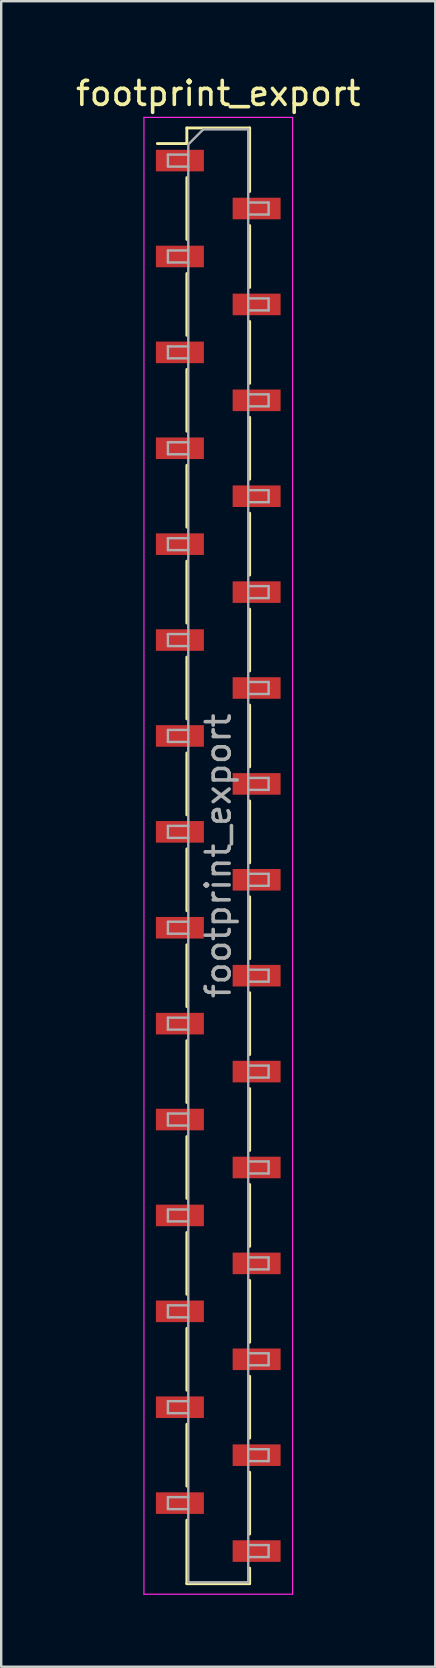
<source format=kicad_pcb>
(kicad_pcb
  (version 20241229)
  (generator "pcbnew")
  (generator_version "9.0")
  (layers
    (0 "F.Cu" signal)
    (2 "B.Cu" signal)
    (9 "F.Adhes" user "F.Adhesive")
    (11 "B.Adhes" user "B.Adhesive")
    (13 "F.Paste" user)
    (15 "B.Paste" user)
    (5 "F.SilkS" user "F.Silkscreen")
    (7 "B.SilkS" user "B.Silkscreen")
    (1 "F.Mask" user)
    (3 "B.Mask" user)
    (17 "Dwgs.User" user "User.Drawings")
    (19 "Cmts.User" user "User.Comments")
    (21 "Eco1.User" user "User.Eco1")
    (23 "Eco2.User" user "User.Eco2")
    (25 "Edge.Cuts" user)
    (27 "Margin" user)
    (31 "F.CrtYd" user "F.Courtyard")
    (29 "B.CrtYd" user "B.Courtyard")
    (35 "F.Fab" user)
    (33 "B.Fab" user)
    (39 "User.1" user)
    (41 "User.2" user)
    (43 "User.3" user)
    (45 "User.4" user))
  (footprint "footprint_export"
    (layer "F.Cu")
    (at 6.054 32.648)
    (property "Reference" "footprint_export" (at 0 -31.8 0) (layer "F.SilkS") (effects (font (size 1 1) (thickness 0.15))))
    (attr smd)
    (fp_line (start -2.54 -29.71) (end -1.31 -29.71) (stroke (width 0.12) (type solid)) (layer "F.SilkS"))
    (fp_line (start -1.31 -30.36) (end -1.31 -29.71) (stroke (width 0.12) (type solid)) (layer "F.SilkS"))
    (fp_line (start -1.31 -30.36) (end 1.31 -30.36) (stroke (width 0.12) (type solid)) (layer "F.SilkS"))
    (fp_line (start -1.31 -28.29) (end -1.31 -25.71) (stroke (width 0.12) (type solid)) (layer "F.SilkS"))
    (fp_line (start -1.31 -24.29) (end -1.31 -21.71) (stroke (width 0.12) (type solid)) (layer "F.SilkS"))
    (fp_line (start -1.31 -20.29) (end -1.31 -17.71) (stroke (width 0.12) (type solid)) (layer "F.SilkS"))
    (fp_line (start -1.31 -16.29) (end -1.31 -13.71) (stroke (width 0.12) (type solid)) (layer "F.SilkS"))
    (fp_line (start -1.31 -12.29) (end -1.31 -9.71) (stroke (width 0.12) (type solid)) (layer "F.SilkS"))
    (fp_line (start -1.31 -8.29) (end -1.31 -5.71) (stroke (width 0.12) (type solid)) (layer "F.SilkS"))
    (fp_line (start -1.31 -4.29) (end -1.31 -1.71) (stroke (width 0.12) (type solid)) (layer "F.SilkS"))
    (fp_line (start -1.31 -0.29) (end -1.31 2.29) (stroke (width 0.12) (type solid)) (layer "F.SilkS"))
    (fp_line (start -1.31 3.71) (end -1.31 6.29) (stroke (width 0.12) (type solid)) (layer "F.SilkS"))
    (fp_line (start -1.31 7.71) (end -1.31 10.29) (stroke (width 0.12) (type solid)) (layer "F.SilkS"))
    (fp_line (start -1.31 11.71) (end -1.31 14.29) (stroke (width 0.12) (type solid)) (layer "F.SilkS"))
    (fp_line (start -1.31 15.71) (end -1.31 18.29) (stroke (width 0.12) (type solid)) (layer "F.SilkS"))
    (fp_line (start -1.31 19.71) (end -1.31 22.29) (stroke (width 0.12) (type solid)) (layer "F.SilkS"))
    (fp_line (start -1.31 23.71) (end -1.31 26.29) (stroke (width 0.12) (type solid)) (layer "F.SilkS"))
    (fp_line (start -1.31 27.71) (end -1.31 30.36) (stroke (width 0.12) (type solid)) (layer "F.SilkS"))
    (fp_line (start -1.31 30.36) (end 1.31 30.36) (stroke (width 0.12) (type solid)) (layer "F.SilkS"))
    (fp_line (start 1.31 -30.36) (end 1.31 -27.71) (stroke (width 0.12) (type solid)) (layer "F.SilkS"))
    (fp_line (start 1.31 -26.29) (end 1.31 -23.71) (stroke (width 0.12) (type solid)) (layer "F.SilkS"))
    (fp_line (start 1.31 -22.29) (end 1.31 -19.71) (stroke (width 0.12) (type solid)) (layer "F.SilkS"))
    (fp_line (start 1.31 -18.29) (end 1.31 -15.71) (stroke (width 0.12) (type solid)) (layer "F.SilkS"))
    (fp_line (start 1.31 -14.29) (end 1.31 -11.71) (stroke (width 0.12) (type solid)) (layer "F.SilkS"))
    (fp_line (start 1.31 -10.29) (end 1.31 -7.71) (stroke (width 0.12) (type solid)) (layer "F.SilkS"))
    (fp_line (start 1.31 -6.29) (end 1.31 -3.71) (stroke (width 0.12) (type solid)) (layer "F.SilkS"))
    (fp_line (start 1.31 -2.29) (end 1.31 0.29) (stroke (width 0.12) (type solid)) (layer "F.SilkS"))
    (fp_line (start 1.31 1.71) (end 1.31 4.29) (stroke (width 0.12) (type solid)) (layer "F.SilkS"))
    (fp_line (start 1.31 5.71) (end 1.31 8.29) (stroke (width 0.12) (type solid)) (layer "F.SilkS"))
    (fp_line (start 1.31 9.71) (end 1.31 12.29) (stroke (width 0.12) (type solid)) (layer "F.SilkS"))
    (fp_line (start 1.31 13.71) (end 1.31 16.29) (stroke (width 0.12) (type solid)) (layer "F.SilkS"))
    (fp_line (start 1.31 17.71) (end 1.31 20.29) (stroke (width 0.12) (type solid)) (layer "F.SilkS"))
    (fp_line (start 1.31 21.71) (end 1.31 24.29) (stroke (width 0.12) (type solid)) (layer "F.SilkS"))
    (fp_line (start 1.31 25.71) (end 1.31 28.29) (stroke (width 0.12) (type solid)) (layer "F.SilkS"))
    (fp_line (start 1.31 29.71) (end 1.31 30.36) (stroke (width 0.12) (type solid)) (layer "F.SilkS"))
    (fp_line (start -3.1 -30.8) (end 3.1 -30.8) (stroke (width 0.05) (type solid)) (layer "F.CrtYd"))
    (fp_line (start -3.1 30.8) (end -3.1 -30.8) (stroke (width 0.05) (type solid)) (layer "F.CrtYd"))
    (fp_line (start 3.1 -30.8) (end 3.1 30.8) (stroke (width 0.05) (type solid)) (layer "F.CrtYd"))
    (fp_line (start 3.1 30.8) (end -3.1 30.8) (stroke (width 0.05) (type solid)) (layer "F.CrtYd"))
    (fp_line (start -2.1 -29.25) (end -1.25 -29.25) (stroke (width 0.1) (type solid)) (layer "F.Fab"))
    (fp_line (start -2.1 -28.75) (end -2.1 -29.25) (stroke (width 0.1) (type solid)) (layer "F.Fab"))
    (fp_line (start -2.1 -25.25) (end -1.25 -25.25) (stroke (width 0.1) (type solid)) (layer "F.Fab"))
    (fp_line (start -2.1 -24.75) (end -2.1 -25.25) (stroke (width 0.1) (type solid)) (layer "F.Fab"))
    (fp_line (start -2.1 -21.25) (end -1.25 -21.25) (stroke (width 0.1) (type solid)) (layer "F.Fab"))
    (fp_line (start -2.1 -20.75) (end -2.1 -21.25) (stroke (width 0.1) (type solid)) (layer "F.Fab"))
    (fp_line (start -2.1 -17.25) (end -1.25 -17.25) (stroke (width 0.1) (type solid)) (layer "F.Fab"))
    (fp_line (start -2.1 -16.75) (end -2.1 -17.25) (stroke (width 0.1) (type solid)) (layer "F.Fab"))
    (fp_line (start -2.1 -13.25) (end -1.25 -13.25) (stroke (width 0.1) (type solid)) (layer "F.Fab"))
    (fp_line (start -2.1 -12.75) (end -2.1 -13.25) (stroke (width 0.1) (type solid)) (layer "F.Fab"))
    (fp_line (start -2.1 -9.25) (end -1.25 -9.25) (stroke (width 0.1) (type solid)) (layer "F.Fab"))
    (fp_line (start -2.1 -8.75) (end -2.1 -9.25) (stroke (width 0.1) (type solid)) (layer "F.Fab"))
    (fp_line (start -2.1 -5.25) (end -1.25 -5.25) (stroke (width 0.1) (type solid)) (layer "F.Fab"))
    (fp_line (start -2.1 -4.75) (end -2.1 -5.25) (stroke (width 0.1) (type solid)) (layer "F.Fab"))
    (fp_line (start -2.1 -1.25) (end -1.25 -1.25) (stroke (width 0.1) (type solid)) (layer "F.Fab"))
    (fp_line (start -2.1 -0.75) (end -2.1 -1.25) (stroke (width 0.1) (type solid)) (layer "F.Fab"))
    (fp_line (start -2.1 2.75) (end -1.25 2.75) (stroke (width 0.1) (type solid)) (layer "F.Fab"))
    (fp_line (start -2.1 3.25) (end -2.1 2.75) (stroke (width 0.1) (type solid)) (layer "F.Fab"))
    (fp_line (start -2.1 6.75) (end -1.25 6.75) (stroke (width 0.1) (type solid)) (layer "F.Fab"))
    (fp_line (start -2.1 7.25) (end -2.1 6.75) (stroke (width 0.1) (type solid)) (layer "F.Fab"))
    (fp_line (start -2.1 10.75) (end -1.25 10.75) (stroke (width 0.1) (type solid)) (layer "F.Fab"))
    (fp_line (start -2.1 11.25) (end -2.1 10.75) (stroke (width 0.1) (type solid)) (layer "F.Fab"))
    (fp_line (start -2.1 14.75) (end -1.25 14.75) (stroke (width 0.1) (type solid)) (layer "F.Fab"))
    (fp_line (start -2.1 15.25) (end -2.1 14.75) (stroke (width 0.1) (type solid)) (layer "F.Fab"))
    (fp_line (start -2.1 18.75) (end -1.25 18.75) (stroke (width 0.1) (type solid)) (layer "F.Fab"))
    (fp_line (start -2.1 19.25) (end -2.1 18.75) (stroke (width 0.1) (type solid)) (layer "F.Fab"))
    (fp_line (start -2.1 22.75) (end -1.25 22.75) (stroke (width 0.1) (type solid)) (layer "F.Fab"))
    (fp_line (start -2.1 23.25) (end -2.1 22.75) (stroke (width 0.1) (type solid)) (layer "F.Fab"))
    (fp_line (start -2.1 26.75) (end -1.25 26.75) (stroke (width 0.1) (type solid)) (layer "F.Fab"))
    (fp_line (start -2.1 27.25) (end -2.1 26.75) (stroke (width 0.1) (type solid)) (layer "F.Fab"))
    (fp_line (start -1.25 -29.675) (end -0.625 -30.3) (stroke (width 0.1) (type solid)) (layer "F.Fab"))
    (fp_line (start -1.25 -28.75) (end -2.1 -28.75) (stroke (width 0.1) (type solid)) (layer "F.Fab"))
    (fp_line (start -1.25 -24.75) (end -2.1 -24.75) (stroke (width 0.1) (type solid)) (layer "F.Fab"))
    (fp_line (start -1.25 -20.75) (end -2.1 -20.75) (stroke (width 0.1) (type solid)) (layer "F.Fab"))
    (fp_line (start -1.25 -16.75) (end -2.1 -16.75) (stroke (width 0.1) (type solid)) (layer "F.Fab"))
    (fp_line (start -1.25 -12.75) (end -2.1 -12.75) (stroke (width 0.1) (type solid)) (layer "F.Fab"))
    (fp_line (start -1.25 -8.75) (end -2.1 -8.75) (stroke (width 0.1) (type solid)) (layer "F.Fab"))
    (fp_line (start -1.25 -4.75) (end -2.1 -4.75) (stroke (width 0.1) (type solid)) (layer "F.Fab"))
    (fp_line (start -1.25 -0.75) (end -2.1 -0.75) (stroke (width 0.1) (type solid)) (layer "F.Fab"))
    (fp_line (start -1.25 3.25) (end -2.1 3.25) (stroke (width 0.1) (type solid)) (layer "F.Fab"))
    (fp_line (start -1.25 7.25) (end -2.1 7.25) (stroke (width 0.1) (type solid)) (layer "F.Fab"))
    (fp_line (start -1.25 11.25) (end -2.1 11.25) (stroke (width 0.1) (type solid)) (layer "F.Fab"))
    (fp_line (start -1.25 15.25) (end -2.1 15.25) (stroke (width 0.1) (type solid)) (layer "F.Fab"))
    (fp_line (start -1.25 19.25) (end -2.1 19.25) (stroke (width 0.1) (type solid)) (layer "F.Fab"))
    (fp_line (start -1.25 23.25) (end -2.1 23.25) (stroke (width 0.1) (type solid)) (layer "F.Fab"))
    (fp_line (start -1.25 27.25) (end -2.1 27.25) (stroke (width 0.1) (type solid)) (layer "F.Fab"))
    (fp_line (start -1.25 30.3) (end -1.25 -29.675) (stroke (width 0.1) (type solid)) (layer "F.Fab"))
    (fp_line (start -0.625 -30.3) (end 1.25 -30.3) (stroke (width 0.1) (type solid)) (layer "F.Fab"))
    (fp_line (start 1.25 -30.3) (end 1.25 30.3) (stroke (width 0.1) (type solid)) (layer "F.Fab"))
    (fp_line (start 1.25 -27.25) (end 2.1 -27.25) (stroke (width 0.1) (type solid)) (layer "F.Fab"))
    (fp_line (start 1.25 -23.25) (end 2.1 -23.25) (stroke (width 0.1) (type solid)) (layer "F.Fab"))
    (fp_line (start 1.25 -19.25) (end 2.1 -19.25) (stroke (width 0.1) (type solid)) (layer "F.Fab"))
    (fp_line (start 1.25 -15.25) (end 2.1 -15.25) (stroke (width 0.1) (type solid)) (layer "F.Fab"))
    (fp_line (start 1.25 -11.25) (end 2.1 -11.25) (stroke (width 0.1) (type solid)) (layer "F.Fab"))
    (fp_line (start 1.25 -7.25) (end 2.1 -7.25) (stroke (width 0.1) (type solid)) (layer "F.Fab"))
    (fp_line (start 1.25 -3.25) (end 2.1 -3.25) (stroke (width 0.1) (type solid)) (layer "F.Fab"))
    (fp_line (start 1.25 0.75) (end 2.1 0.75) (stroke (width 0.1) (type solid)) (layer "F.Fab"))
    (fp_line (start 1.25 4.75) (end 2.1 4.75) (stroke (width 0.1) (type solid)) (layer "F.Fab"))
    (fp_line (start 1.25 8.75) (end 2.1 8.75) (stroke (width 0.1) (type solid)) (layer "F.Fab"))
    (fp_line (start 1.25 12.75) (end 2.1 12.75) (stroke (width 0.1) (type solid)) (layer "F.Fab"))
    (fp_line (start 1.25 16.75) (end 2.1 16.75) (stroke (width 0.1) (type solid)) (layer "F.Fab"))
    (fp_line (start 1.25 20.75) (end 2.1 20.75) (stroke (width 0.1) (type solid)) (layer "F.Fab"))
    (fp_line (start 1.25 24.75) (end 2.1 24.75) (stroke (width 0.1) (type solid)) (layer "F.Fab"))
    (fp_line (start 1.25 28.75) (end 2.1 28.75) (stroke (width 0.1) (type solid)) (layer "F.Fab"))
    (fp_line (start 1.25 30.3) (end -1.25 30.3) (stroke (width 0.1) (type solid)) (layer "F.Fab"))
    (fp_line (start 2.1 -27.25) (end 2.1 -26.75) (stroke (width 0.1) (type solid)) (layer "F.Fab"))
    (fp_line (start 2.1 -26.75) (end 1.25 -26.75) (stroke (width 0.1) (type solid)) (layer "F.Fab"))
    (fp_line (start 2.1 -23.25) (end 2.1 -22.75) (stroke (width 0.1) (type solid)) (layer "F.Fab"))
    (fp_line (start 2.1 -22.75) (end 1.25 -22.75) (stroke (width 0.1) (type solid)) (layer "F.Fab"))
    (fp_line (start 2.1 -19.25) (end 2.1 -18.75) (stroke (width 0.1) (type solid)) (layer "F.Fab"))
    (fp_line (start 2.1 -18.75) (end 1.25 -18.75) (stroke (width 0.1) (type solid)) (layer "F.Fab"))
    (fp_line (start 2.1 -15.25) (end 2.1 -14.75) (stroke (width 0.1) (type solid)) (layer "F.Fab"))
    (fp_line (start 2.1 -14.75) (end 1.25 -14.75) (stroke (width 0.1) (type solid)) (layer "F.Fab"))
    (fp_line (start 2.1 -11.25) (end 2.1 -10.75) (stroke (width 0.1) (type solid)) (layer "F.Fab"))
    (fp_line (start 2.1 -10.75) (end 1.25 -10.75) (stroke (width 0.1) (type solid)) (layer "F.Fab"))
    (fp_line (start 2.1 -7.25) (end 2.1 -6.75) (stroke (width 0.1) (type solid)) (layer "F.Fab"))
    (fp_line (start 2.1 -6.75) (end 1.25 -6.75) (stroke (width 0.1) (type solid)) (layer "F.Fab"))
    (fp_line (start 2.1 -3.25) (end 2.1 -2.75) (stroke (width 0.1) (type solid)) (layer "F.Fab"))
    (fp_line (start 2.1 -2.75) (end 1.25 -2.75) (stroke (width 0.1) (type solid)) (layer "F.Fab"))
    (fp_line (start 2.1 0.75) (end 2.1 1.25) (stroke (width 0.1) (type solid)) (layer "F.Fab"))
    (fp_line (start 2.1 1.25) (end 1.25 1.25) (stroke (width 0.1) (type solid)) (layer "F.Fab"))
    (fp_line (start 2.1 4.75) (end 2.1 5.25) (stroke (width 0.1) (type solid)) (layer "F.Fab"))
    (fp_line (start 2.1 5.25) (end 1.25 5.25) (stroke (width 0.1) (type solid)) (layer "F.Fab"))
    (fp_line (start 2.1 8.75) (end 2.1 9.25) (stroke (width 0.1) (type solid)) (layer "F.Fab"))
    (fp_line (start 2.1 9.25) (end 1.25 9.25) (stroke (width 0.1) (type solid)) (layer "F.Fab"))
    (fp_line (start 2.1 12.75) (end 2.1 13.25) (stroke (width 0.1) (type solid)) (layer "F.Fab"))
    (fp_line (start 2.1 13.25) (end 1.25 13.25) (stroke (width 0.1) (type solid)) (layer "F.Fab"))
    (fp_line (start 2.1 16.75) (end 2.1 17.25) (stroke (width 0.1) (type solid)) (layer "F.Fab"))
    (fp_line (start 2.1 17.25) (end 1.25 17.25) (stroke (width 0.1) (type solid)) (layer "F.Fab"))
    (fp_line (start 2.1 20.75) (end 2.1 21.25) (stroke (width 0.1) (type solid)) (layer "F.Fab"))
    (fp_line (start 2.1 21.25) (end 1.25 21.25) (stroke (width 0.1) (type solid)) (layer "F.Fab"))
    (fp_line (start 2.1 24.75) (end 2.1 25.25) (stroke (width 0.1) (type solid)) (layer "F.Fab"))
    (fp_line (start 2.1 25.25) (end 1.25 25.25) (stroke (width 0.1) (type solid)) (layer "F.Fab"))
    (fp_line (start 2.1 28.75) (end 2.1 29.25) (stroke (width 0.1) (type solid)) (layer "F.Fab"))
    (fp_line (start 2.1 29.25) (end 1.25 29.25) (stroke (width 0.1) (type solid)) (layer "F.Fab"))
    (fp_text user "${REFERENCE}" (at 0 0 90) (layer "F.Fab") (effects (font (size 1 1) (thickness 0.15))))
    (pad "1" smd rect (at -1.6 -29) (size 2 0.9) (layers "F.Cu" "F.Mask" "F.Paste"))
    (pad "2" smd rect (at 1.6 -27) (size 2 0.9) (layers "F.Cu" "F.Mask" "F.Paste"))
    (pad "3" smd rect (at -1.6 -25) (size 2 0.9) (layers "F.Cu" "F.Mask" "F.Paste"))
    (pad "4" smd rect (at 1.6 -23) (size 2 0.9) (layers "F.Cu" "F.Mask" "F.Paste"))
    (pad "5" smd rect (at -1.6 -21) (size 2 0.9) (layers "F.Cu" "F.Mask" "F.Paste"))
    (pad "6" smd rect (at 1.6 -19) (size 2 0.9) (layers "F.Cu" "F.Mask" "F.Paste"))
    (pad "7" smd rect (at -1.6 -17) (size 2 0.9) (layers "F.Cu" "F.Mask" "F.Paste"))
    (pad "8" smd rect (at 1.6 -15) (size 2 0.9) (layers "F.Cu" "F.Mask" "F.Paste"))
    (pad "9" smd rect (at -1.6 -13) (size 2 0.9) (layers "F.Cu" "F.Mask" "F.Paste"))
    (pad "10" smd rect (at 1.6 -11) (size 2 0.9) (layers "F.Cu" "F.Mask" "F.Paste"))
    (pad "11" smd rect (at -1.6 -9) (size 2 0.9) (layers "F.Cu" "F.Mask" "F.Paste"))
    (pad "12" smd rect (at 1.6 -7) (size 2 0.9) (layers "F.Cu" "F.Mask" "F.Paste"))
    (pad "13" smd rect (at -1.6 -5) (size 2 0.9) (layers "F.Cu" "F.Mask" "F.Paste"))
    (pad "14" smd rect (at 1.6 -3) (size 2 0.9) (layers "F.Cu" "F.Mask" "F.Paste"))
    (pad "15" smd rect (at -1.6 -1) (size 2 0.9) (layers "F.Cu" "F.Mask" "F.Paste"))
    (pad "16" smd rect (at 1.6 1) (size 2 0.9) (layers "F.Cu" "F.Mask" "F.Paste"))
    (pad "17" smd rect (at -1.6 3) (size 2 0.9) (layers "F.Cu" "F.Mask" "F.Paste"))
    (pad "18" smd rect (at 1.6 5) (size 2 0.9) (layers "F.Cu" "F.Mask" "F.Paste"))
    (pad "19" smd rect (at -1.6 7) (size 2 0.9) (layers "F.Cu" "F.Mask" "F.Paste"))
    (pad "20" smd rect (at 1.6 9) (size 2 0.9) (layers "F.Cu" "F.Mask" "F.Paste"))
    (pad "21" smd rect (at -1.6 11) (size 2 0.9) (layers "F.Cu" "F.Mask" "F.Paste"))
    (pad "22" smd rect (at 1.6 13) (size 2 0.9) (layers "F.Cu" "F.Mask" "F.Paste"))
    (pad "23" smd rect (at -1.6 15) (size 2 0.9) (layers "F.Cu" "F.Mask" "F.Paste"))
    (pad "24" smd rect (at 1.6 17) (size 2 0.9) (layers "F.Cu" "F.Mask" "F.Paste"))
    (pad "25" smd rect (at -1.6 19) (size 2 0.9) (layers "F.Cu" "F.Mask" "F.Paste"))
    (pad "26" smd rect (at 1.6 21) (size 2 0.9) (layers "F.Cu" "F.Mask" "F.Paste"))
    (pad "27" smd rect (at -1.6 23) (size 2 0.9) (layers "F.Cu" "F.Mask" "F.Paste"))
    (pad "28" smd rect (at 1.6 25) (size 2 0.9) (layers "F.Cu" "F.Mask" "F.Paste"))
    (pad "29" smd rect (at -1.6 27) (size 2 0.9) (layers "F.Cu" "F.Mask" "F.Paste"))
    (pad "30" smd rect (at 1.6 29) (size 2 0.9) (layers "F.Cu" "F.Mask" "F.Paste")))
  (gr_rect
    (start -3 -3)
    (end 15.107 66.473)
    (stroke (width 0.1) (type default))
    (fill no)
    (layer "Edge.Cuts")))
</source>
